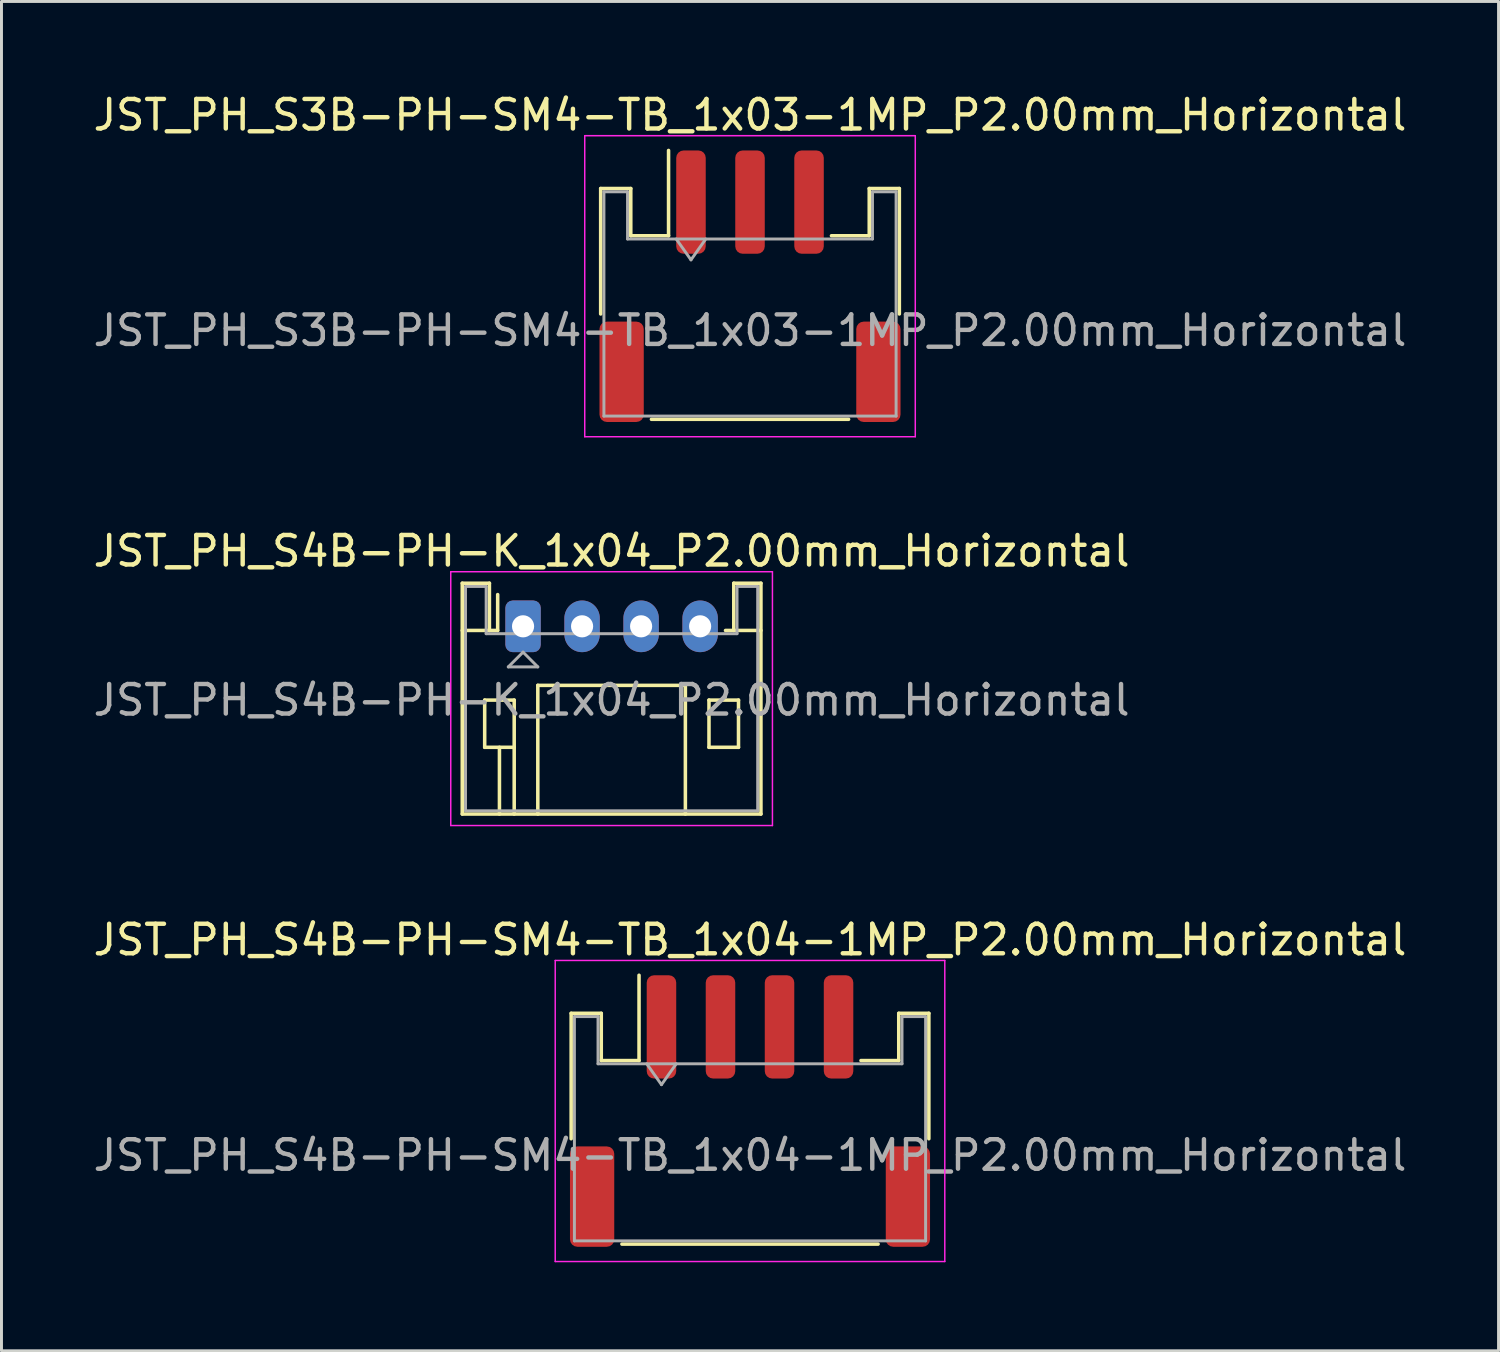
<source format=kicad_pcb>
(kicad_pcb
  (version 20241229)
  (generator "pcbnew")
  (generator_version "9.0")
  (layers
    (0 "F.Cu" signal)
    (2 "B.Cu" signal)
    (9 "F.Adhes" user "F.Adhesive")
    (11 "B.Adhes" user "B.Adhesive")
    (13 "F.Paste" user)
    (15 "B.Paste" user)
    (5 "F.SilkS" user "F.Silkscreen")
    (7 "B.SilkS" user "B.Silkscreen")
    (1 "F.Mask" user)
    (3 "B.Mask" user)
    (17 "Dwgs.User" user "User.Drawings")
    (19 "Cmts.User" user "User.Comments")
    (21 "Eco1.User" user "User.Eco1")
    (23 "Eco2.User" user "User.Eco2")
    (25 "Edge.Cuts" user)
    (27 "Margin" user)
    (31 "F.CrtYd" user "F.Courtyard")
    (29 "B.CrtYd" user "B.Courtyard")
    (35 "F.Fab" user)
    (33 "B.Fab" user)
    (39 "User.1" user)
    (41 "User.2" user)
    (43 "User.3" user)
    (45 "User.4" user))
  (footprint "JST_PH_S3B-PH-SM4-TB_1x03-1MP_P2.00mm_Horizontal"
    (layer "F.Cu")
    (at 22.363 6.648)
    (property "Reference" "JST_PH_S3B-PH-SM4-TB_1x03-1MP_P2.00mm_Horizontal" (at 0 -5.8 0) (layer "F.SilkS") (effects (font (size 1 1) (thickness 0.15))))
    (attr smd)
    (fp_line (start -5.06 -3.31) (end -4.04 -3.31) (stroke (width 0.12) (type solid)) (layer "F.SilkS"))
    (fp_line (start -5.06 0.94) (end -5.06 -3.31) (stroke (width 0.12) (type solid)) (layer "F.SilkS"))
    (fp_line (start -4.04 -3.31) (end -4.04 -1.71) (stroke (width 0.12) (type solid)) (layer "F.SilkS"))
    (fp_line (start -4.04 -1.71) (end -2.76 -1.71) (stroke (width 0.12) (type solid)) (layer "F.SilkS"))
    (fp_line (start -3.34 4.51) (end 3.34 4.51) (stroke (width 0.12) (type solid)) (layer "F.SilkS"))
    (fp_line (start -2.76 -1.71) (end -2.76 -4.6) (stroke (width 0.12) (type solid)) (layer "F.SilkS"))
    (fp_line (start 4.04 -3.31) (end 4.04 -1.71) (stroke (width 0.12) (type solid)) (layer "F.SilkS"))
    (fp_line (start 4.04 -1.71) (end 2.76 -1.71) (stroke (width 0.12) (type solid)) (layer "F.SilkS"))
    (fp_line (start 5.06 -3.31) (end 4.04 -3.31) (stroke (width 0.12) (type solid)) (layer "F.SilkS"))
    (fp_line (start 5.06 0.94) (end 5.06 -3.31) (stroke (width 0.12) (type solid)) (layer "F.SilkS"))
    (fp_line (start -5.6 -5.1) (end -5.6 5.1) (stroke (width 0.05) (type solid)) (layer "F.CrtYd"))
    (fp_line (start -5.6 5.1) (end 5.6 5.1) (stroke (width 0.05) (type solid)) (layer "F.CrtYd"))
    (fp_line (start 5.6 -5.1) (end -5.6 -5.1) (stroke (width 0.05) (type solid)) (layer "F.CrtYd"))
    (fp_line (start 5.6 5.1) (end 5.6 -5.1) (stroke (width 0.05) (type solid)) (layer "F.CrtYd"))
    (fp_line (start -4.95 -3.2) (end -4.95 4.4) (stroke (width 0.1) (type solid)) (layer "F.Fab"))
    (fp_line (start -4.95 -3.2) (end -4.15 -3.2) (stroke (width 0.1) (type solid)) (layer "F.Fab"))
    (fp_line (start -4.95 4.4) (end 4.95 4.4) (stroke (width 0.1) (type solid)) (layer "F.Fab"))
    (fp_line (start -4.15 -3.2) (end -4.15 -1.6) (stroke (width 0.1) (type solid)) (layer "F.Fab"))
    (fp_line (start -4.15 -1.6) (end 4.15 -1.6) (stroke (width 0.1) (type solid)) (layer "F.Fab"))
    (fp_line (start -2.5 -1.6) (end -2 -0.893) (stroke (width 0.1) (type solid)) (layer "F.Fab"))
    (fp_line (start -2 -0.893) (end -1.5 -1.6) (stroke (width 0.1) (type solid)) (layer "F.Fab"))
    (fp_line (start 4.15 -3.2) (end 4.95 -3.2) (stroke (width 0.1) (type solid)) (layer "F.Fab"))
    (fp_line (start 4.15 -1.6) (end 4.15 -3.2) (stroke (width 0.1) (type solid)) (layer "F.Fab"))
    (fp_line (start 4.95 -3.2) (end 4.95 4.4) (stroke (width 0.1) (type solid)) (layer "F.Fab"))
    (fp_text user "${REFERENCE}" (at 0 1.5 0) (layer "F.Fab") (effects (font (size 1 1) (thickness 0.15))))
    (pad "1" smd roundrect (at -2 -2.85) (size 1 3.5) (layers "F.Cu" "F.Mask" "F.Paste") (roundrect_rratio 0.25))
    (pad "2" smd roundrect (at 0 -2.85) (size 1 3.5) (layers "F.Cu" "F.Mask" "F.Paste") (roundrect_rratio 0.25))
    (pad "3" smd roundrect (at 2 -2.85) (size 1 3.5) (layers "F.Cu" "F.Mask" "F.Paste") (roundrect_rratio 0.25))
    (pad "MP" smd roundrect (at -4.35 2.9) (size 1.5 3.4) (layers "F.Cu" "F.Mask" "F.Paste") (roundrect_rratio 0.167))
    (pad "MP" smd roundrect (at 4.35 2.9) (size 1.5 3.4) (layers "F.Cu" "F.Mask" "F.Paste") (roundrect_rratio 0.167)))
  (footprint "JST_PH_S4B-PH-K_1x04_P2.00mm_Horizontal"
    (layer "F.Cu")
    (at 14.673 18.172)
    (property "Reference" "JST_PH_S4B-PH-K_1x04_P2.00mm_Horizontal" (at 3 -2.55 0) (layer "F.SilkS") (effects (font (size 1 1) (thickness 0.15))))
    (attr through_hole)
    (fp_line (start -2.06 -1.46) (end -2.06 6.36) (stroke (width 0.12) (type solid)) (layer "F.SilkS"))
    (fp_line (start -2.06 0.14) (end -1.14 0.14) (stroke (width 0.12) (type solid)) (layer "F.SilkS"))
    (fp_line (start -2.06 6.36) (end 8.06 6.36) (stroke (width 0.12) (type solid)) (layer "F.SilkS"))
    (fp_line (start -1.3 2.5) (end -1.3 4.1) (stroke (width 0.12) (type solid)) (layer "F.SilkS"))
    (fp_line (start -1.3 4.1) (end -0.3 4.1) (stroke (width 0.12) (type solid)) (layer "F.SilkS"))
    (fp_line (start -1.14 -1.46) (end -2.06 -1.46) (stroke (width 0.12) (type solid)) (layer "F.SilkS"))
    (fp_line (start -1.14 0.14) (end -1.14 -1.46) (stroke (width 0.12) (type solid)) (layer "F.SilkS"))
    (fp_line (start -0.86 0.14) (end -1.14 0.14) (stroke (width 0.12) (type solid)) (layer "F.SilkS"))
    (fp_line (start -0.86 0.14) (end -0.86 -1.075) (stroke (width 0.12) (type solid)) (layer "F.SilkS"))
    (fp_line (start -0.8 4.1) (end -0.8 6.36) (stroke (width 0.12) (type solid)) (layer "F.SilkS"))
    (fp_line (start -0.3 2.5) (end -1.3 2.5) (stroke (width 0.12) (type solid)) (layer "F.SilkS"))
    (fp_line (start -0.3 4.1) (end -0.3 2.5) (stroke (width 0.12) (type solid)) (layer "F.SilkS"))
    (fp_line (start -0.3 4.1) (end -0.3 6.36) (stroke (width 0.12) (type solid)) (layer "F.SilkS"))
    (fp_line (start 0.5 2) (end 5.5 2) (stroke (width 0.12) (type solid)) (layer "F.SilkS"))
    (fp_line (start 0.5 6.36) (end 0.5 2) (stroke (width 0.12) (type solid)) (layer "F.SilkS"))
    (fp_line (start 5.5 2) (end 5.5 6.36) (stroke (width 0.12) (type solid)) (layer "F.SilkS"))
    (fp_line (start 6.3 2.5) (end 7.3 2.5) (stroke (width 0.12) (type solid)) (layer "F.SilkS"))
    (fp_line (start 6.3 4.1) (end 6.3 2.5) (stroke (width 0.12) (type solid)) (layer "F.SilkS"))
    (fp_line (start 7.14 -1.46) (end 7.14 0.14) (stroke (width 0.12) (type solid)) (layer "F.SilkS"))
    (fp_line (start 7.14 0.14) (end 6.86 0.14) (stroke (width 0.12) (type solid)) (layer "F.SilkS"))
    (fp_line (start 7.3 2.5) (end 7.3 4.1) (stroke (width 0.12) (type solid)) (layer "F.SilkS"))
    (fp_line (start 7.3 4.1) (end 6.3 4.1) (stroke (width 0.12) (type solid)) (layer "F.SilkS"))
    (fp_line (start 8.06 -1.46) (end 7.14 -1.46) (stroke (width 0.12) (type solid)) (layer "F.SilkS"))
    (fp_line (start 8.06 0.14) (end 7.14 0.14) (stroke (width 0.12) (type solid)) (layer "F.SilkS"))
    (fp_line (start 8.06 6.36) (end 8.06 -1.46) (stroke (width 0.12) (type solid)) (layer "F.SilkS"))
    (fp_line (start -2.45 -1.85) (end -2.45 6.75) (stroke (width 0.05) (type solid)) (layer "F.CrtYd"))
    (fp_line (start -2.45 6.75) (end 8.45 6.75) (stroke (width 0.05) (type solid)) (layer "F.CrtYd"))
    (fp_line (start 8.45 -1.85) (end -2.45 -1.85) (stroke (width 0.05) (type solid)) (layer "F.CrtYd"))
    (fp_line (start 8.45 6.75) (end 8.45 -1.85) (stroke (width 0.05) (type solid)) (layer "F.CrtYd"))
    (fp_line (start -1.95 -1.35) (end -1.95 6.25) (stroke (width 0.1) (type solid)) (layer "F.Fab"))
    (fp_line (start -1.95 6.25) (end 7.95 6.25) (stroke (width 0.1) (type solid)) (layer "F.Fab"))
    (fp_line (start -1.25 -1.35) (end -1.95 -1.35) (stroke (width 0.1) (type solid)) (layer "F.Fab"))
    (fp_line (start -1.25 0.25) (end -1.25 -1.35) (stroke (width 0.1) (type solid)) (layer "F.Fab"))
    (fp_line (start -0.5 1.375) (end 0.5 1.375) (stroke (width 0.1) (type solid)) (layer "F.Fab"))
    (fp_line (start 0 0.875) (end -0.5 1.375) (stroke (width 0.1) (type solid)) (layer "F.Fab"))
    (fp_line (start 0.5 1.375) (end 0 0.875) (stroke (width 0.1) (type solid)) (layer "F.Fab"))
    (fp_line (start 7.25 -1.35) (end 7.25 0.25) (stroke (width 0.1) (type solid)) (layer "F.Fab"))
    (fp_line (start 7.25 0.25) (end -1.25 0.25) (stroke (width 0.1) (type solid)) (layer "F.Fab"))
    (fp_line (start 7.95 -1.35) (end 7.25 -1.35) (stroke (width 0.1) (type solid)) (layer "F.Fab"))
    (fp_line (start 7.95 6.25) (end 7.95 -1.35) (stroke (width 0.1) (type solid)) (layer "F.Fab"))
    (fp_text user "${REFERENCE}" (at 3 2.5 0) (layer "F.Fab") (effects (font (size 1 1) (thickness 0.15))))
    (pad "1" thru_hole roundrect (at 0 0) (size 1.2 1.75) (drill 0.75) (layers "*.Cu" "*.Mask") (roundrect_rratio 0.208))
    (pad "2" thru_hole oval (at 2 0) (size 1.2 1.75) (drill 0.75) (layers "*.Cu" "*.Mask"))
    (pad "3" thru_hole oval (at 4 0) (size 1.2 1.75) (drill 0.75) (layers "*.Cu" "*.Mask"))
    (pad "4" thru_hole oval (at 6 0) (size 1.2 1.75) (drill 0.75) (layers "*.Cu" "*.Mask")))
  (footprint "JST_PH_S4B-PH-SM4-TB_1x04-1MP_P2.00mm_Horizontal"
    (layer "F.Cu")
    (at 22.363 34.595)
    (property "Reference" "JST_PH_S4B-PH-SM4-TB_1x04-1MP_P2.00mm_Horizontal" (at 0 -5.8 0) (layer "F.SilkS") (effects (font (size 1 1) (thickness 0.15))))
    (attr smd)
    (fp_line (start -6.06 -3.31) (end -5.04 -3.31) (stroke (width 0.12) (type solid)) (layer "F.SilkS"))
    (fp_line (start -6.06 0.94) (end -6.06 -3.31) (stroke (width 0.12) (type solid)) (layer "F.SilkS"))
    (fp_line (start -5.04 -3.31) (end -5.04 -1.71) (stroke (width 0.12) (type solid)) (layer "F.SilkS"))
    (fp_line (start -5.04 -1.71) (end -3.76 -1.71) (stroke (width 0.12) (type solid)) (layer "F.SilkS"))
    (fp_line (start -4.34 4.51) (end 4.34 4.51) (stroke (width 0.12) (type solid)) (layer "F.SilkS"))
    (fp_line (start -3.76 -1.71) (end -3.76 -4.6) (stroke (width 0.12) (type solid)) (layer "F.SilkS"))
    (fp_line (start 5.04 -3.31) (end 5.04 -1.71) (stroke (width 0.12) (type solid)) (layer "F.SilkS"))
    (fp_line (start 5.04 -1.71) (end 3.76 -1.71) (stroke (width 0.12) (type solid)) (layer "F.SilkS"))
    (fp_line (start 6.06 -3.31) (end 5.04 -3.31) (stroke (width 0.12) (type solid)) (layer "F.SilkS"))
    (fp_line (start 6.06 0.94) (end 6.06 -3.31) (stroke (width 0.12) (type solid)) (layer "F.SilkS"))
    (fp_line (start -6.6 -5.1) (end -6.6 5.1) (stroke (width 0.05) (type solid)) (layer "F.CrtYd"))
    (fp_line (start -6.6 5.1) (end 6.6 5.1) (stroke (width 0.05) (type solid)) (layer "F.CrtYd"))
    (fp_line (start 6.6 -5.1) (end -6.6 -5.1) (stroke (width 0.05) (type solid)) (layer "F.CrtYd"))
    (fp_line (start 6.6 5.1) (end 6.6 -5.1) (stroke (width 0.05) (type solid)) (layer "F.CrtYd"))
    (fp_line (start -5.95 -3.2) (end -5.95 4.4) (stroke (width 0.1) (type solid)) (layer "F.Fab"))
    (fp_line (start -5.95 -3.2) (end -5.15 -3.2) (stroke (width 0.1) (type solid)) (layer "F.Fab"))
    (fp_line (start -5.95 4.4) (end 5.95 4.4) (stroke (width 0.1) (type solid)) (layer "F.Fab"))
    (fp_line (start -5.15 -3.2) (end -5.15 -1.6) (stroke (width 0.1) (type solid)) (layer "F.Fab"))
    (fp_line (start -5.15 -1.6) (end 5.15 -1.6) (stroke (width 0.1) (type solid)) (layer "F.Fab"))
    (fp_line (start -3.5 -1.6) (end -3 -0.893) (stroke (width 0.1) (type solid)) (layer "F.Fab"))
    (fp_line (start -3 -0.893) (end -2.5 -1.6) (stroke (width 0.1) (type solid)) (layer "F.Fab"))
    (fp_line (start 5.15 -3.2) (end 5.95 -3.2) (stroke (width 0.1) (type solid)) (layer "F.Fab"))
    (fp_line (start 5.15 -1.6) (end 5.15 -3.2) (stroke (width 0.1) (type solid)) (layer "F.Fab"))
    (fp_line (start 5.95 -3.2) (end 5.95 4.4) (stroke (width 0.1) (type solid)) (layer "F.Fab"))
    (fp_text user "${REFERENCE}" (at 0 1.5 0) (layer "F.Fab") (effects (font (size 1 1) (thickness 0.15))))
    (pad "1" smd roundrect (at -3 -2.85) (size 1 3.5) (layers "F.Cu" "F.Mask" "F.Paste") (roundrect_rratio 0.25))
    (pad "2" smd roundrect (at -1 -2.85) (size 1 3.5) (layers "F.Cu" "F.Mask" "F.Paste") (roundrect_rratio 0.25))
    (pad "3" smd roundrect (at 1 -2.85) (size 1 3.5) (layers "F.Cu" "F.Mask" "F.Paste") (roundrect_rratio 0.25))
    (pad "4" smd roundrect (at 3 -2.85) (size 1 3.5) (layers "F.Cu" "F.Mask" "F.Paste") (roundrect_rratio 0.25))
    (pad "MP" smd roundrect (at -5.35 2.9) (size 1.5 3.4) (layers "F.Cu" "F.Mask" "F.Paste") (roundrect_rratio 0.167))
    (pad "MP" smd roundrect (at 5.35 2.9) (size 1.5 3.4) (layers "F.Cu" "F.Mask" "F.Paste") (roundrect_rratio 0.167)))
  (gr_rect
    (start -3 -3)
    (end 47.726 42.72)
    (stroke (width 0.1) (type default))
    (fill no)
    (layer "Edge.Cuts")))
</source>
